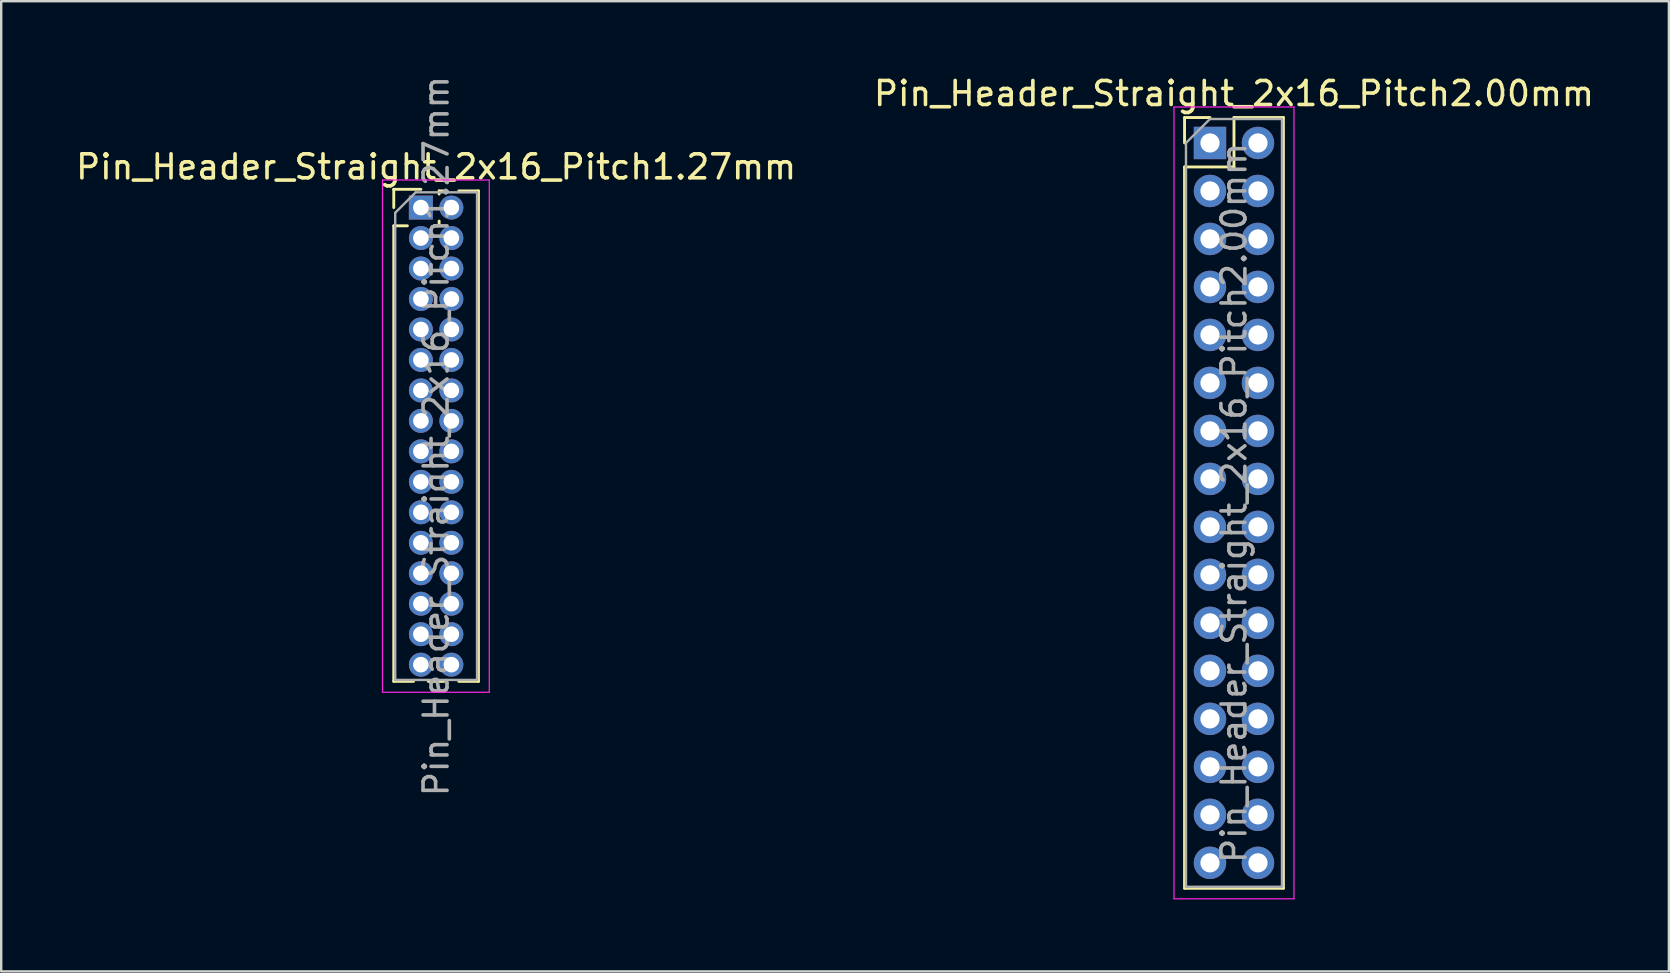
<source format=kicad_pcb>
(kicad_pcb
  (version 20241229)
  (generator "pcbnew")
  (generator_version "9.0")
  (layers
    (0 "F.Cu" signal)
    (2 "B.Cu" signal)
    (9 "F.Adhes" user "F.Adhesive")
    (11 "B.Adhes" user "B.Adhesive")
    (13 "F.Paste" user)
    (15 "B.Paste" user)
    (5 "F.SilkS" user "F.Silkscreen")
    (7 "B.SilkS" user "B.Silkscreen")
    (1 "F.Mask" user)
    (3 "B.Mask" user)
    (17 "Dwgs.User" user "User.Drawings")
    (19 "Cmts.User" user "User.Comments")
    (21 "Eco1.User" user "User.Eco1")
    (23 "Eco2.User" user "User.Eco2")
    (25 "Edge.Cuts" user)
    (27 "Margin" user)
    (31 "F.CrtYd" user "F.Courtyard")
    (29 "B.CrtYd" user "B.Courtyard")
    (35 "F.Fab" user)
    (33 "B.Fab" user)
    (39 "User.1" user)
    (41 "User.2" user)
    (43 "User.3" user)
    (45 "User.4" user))
  (footprint "Pin_Header_Straight_2x16_Pitch2.00mm"
    (layer "F.Cu")
    (at 47.375 2.908)
    (property "Reference" "Pin_Header_Straight_2x16_Pitch2.00mm" (at 1 -2.06 0) (layer "F.SilkS") (effects (font (size 1 1) (thickness 0.15))))
    (attr through_hole)
    (fp_line (start -1.06 -1.06) (end 0 -1.06) (stroke (width 0.12) (type solid)) (layer "F.SilkS"))
    (fp_line (start -1.06 0) (end -1.06 -1.06) (stroke (width 0.12) (type solid)) (layer "F.SilkS"))
    (fp_line (start -1.06 1) (end -1.06 31.06) (stroke (width 0.12) (type solid)) (layer "F.SilkS"))
    (fp_line (start -1.06 1) (end 1 1) (stroke (width 0.12) (type solid)) (layer "F.SilkS"))
    (fp_line (start -1.06 31.06) (end 3.06 31.06) (stroke (width 0.12) (type solid)) (layer "F.SilkS"))
    (fp_line (start 1 -1.06) (end 3.06 -1.06) (stroke (width 0.12) (type solid)) (layer "F.SilkS"))
    (fp_line (start 1 1) (end 1 -1.06) (stroke (width 0.12) (type solid)) (layer "F.SilkS"))
    (fp_line (start 3.06 -1.06) (end 3.06 31.06) (stroke (width 0.12) (type solid)) (layer "F.SilkS"))
    (fp_line (start -1.5 -1.5) (end -1.5 31.5) (stroke (width 0.05) (type solid)) (layer "F.CrtYd"))
    (fp_line (start -1.5 31.5) (end 3.5 31.5) (stroke (width 0.05) (type solid)) (layer "F.CrtYd"))
    (fp_line (start 3.5 -1.5) (end -1.5 -1.5) (stroke (width 0.05) (type solid)) (layer "F.CrtYd"))
    (fp_line (start 3.5 31.5) (end 3.5 -1.5) (stroke (width 0.05) (type solid)) (layer "F.CrtYd"))
    (fp_line (start -1 0) (end 0 -1) (stroke (width 0.1) (type solid)) (layer "F.Fab"))
    (fp_line (start -1 31) (end -1 0) (stroke (width 0.1) (type solid)) (layer "F.Fab"))
    (fp_line (start 0 -1) (end 3 -1) (stroke (width 0.1) (type solid)) (layer "F.Fab"))
    (fp_line (start 3 -1) (end 3 31) (stroke (width 0.1) (type solid)) (layer "F.Fab"))
    (fp_line (start 3 31) (end -1 31) (stroke (width 0.1) (type solid)) (layer "F.Fab"))
    (fp_text user "${REFERENCE}" (at 1 15 90) (layer "F.Fab") (effects (font (size 1 1) (thickness 0.15))))
    (pad "1" thru_hole rect (at 0 0) (size 1.35 1.35) (drill 0.8) (layers "*.Cu" "*.Mask"))
    (pad "2" thru_hole oval (at 2 0) (size 1.35 1.35) (drill 0.8) (layers "*.Cu" "*.Mask"))
    (pad "3" thru_hole oval (at 0 2) (size 1.35 1.35) (drill 0.8) (layers "*.Cu" "*.Mask"))
    (pad "4" thru_hole oval (at 2 2) (size 1.35 1.35) (drill 0.8) (layers "*.Cu" "*.Mask"))
    (pad "5" thru_hole oval (at 0 4) (size 1.35 1.35) (drill 0.8) (layers "*.Cu" "*.Mask"))
    (pad "6" thru_hole oval (at 2 4) (size 1.35 1.35) (drill 0.8) (layers "*.Cu" "*.Mask"))
    (pad "7" thru_hole oval (at 0 6) (size 1.35 1.35) (drill 0.8) (layers "*.Cu" "*.Mask"))
    (pad "8" thru_hole oval (at 2 6) (size 1.35 1.35) (drill 0.8) (layers "*.Cu" "*.Mask"))
    (pad "9" thru_hole oval (at 0 8) (size 1.35 1.35) (drill 0.8) (layers "*.Cu" "*.Mask"))
    (pad "10" thru_hole oval (at 2 8) (size 1.35 1.35) (drill 0.8) (layers "*.Cu" "*.Mask"))
    (pad "11" thru_hole oval (at 0 10) (size 1.35 1.35) (drill 0.8) (layers "*.Cu" "*.Mask"))
    (pad "12" thru_hole oval (at 2 10) (size 1.35 1.35) (drill 0.8) (layers "*.Cu" "*.Mask"))
    (pad "13" thru_hole oval (at 0 12) (size 1.35 1.35) (drill 0.8) (layers "*.Cu" "*.Mask"))
    (pad "14" thru_hole oval (at 2 12) (size 1.35 1.35) (drill 0.8) (layers "*.Cu" "*.Mask"))
    (pad "15" thru_hole oval (at 0 14) (size 1.35 1.35) (drill 0.8) (layers "*.Cu" "*.Mask"))
    (pad "16" thru_hole oval (at 2 14) (size 1.35 1.35) (drill 0.8) (layers "*.Cu" "*.Mask"))
    (pad "17" thru_hole oval (at 0 16) (size 1.35 1.35) (drill 0.8) (layers "*.Cu" "*.Mask"))
    (pad "18" thru_hole oval (at 2 16) (size 1.35 1.35) (drill 0.8) (layers "*.Cu" "*.Mask"))
    (pad "19" thru_hole oval (at 0 18) (size 1.35 1.35) (drill 0.8) (layers "*.Cu" "*.Mask"))
    (pad "20" thru_hole oval (at 2 18) (size 1.35 1.35) (drill 0.8) (layers "*.Cu" "*.Mask"))
    (pad "21" thru_hole oval (at 0 20) (size 1.35 1.35) (drill 0.8) (layers "*.Cu" "*.Mask"))
    (pad "22" thru_hole oval (at 2 20) (size 1.35 1.35) (drill 0.8) (layers "*.Cu" "*.Mask"))
    (pad "23" thru_hole oval (at 0 22) (size 1.35 1.35) (drill 0.8) (layers "*.Cu" "*.Mask"))
    (pad "24" thru_hole oval (at 2 22) (size 1.35 1.35) (drill 0.8) (layers "*.Cu" "*.Mask"))
    (pad "25" thru_hole oval (at 0 24) (size 1.35 1.35) (drill 0.8) (layers "*.Cu" "*.Mask"))
    (pad "26" thru_hole oval (at 2 24) (size 1.35 1.35) (drill 0.8) (layers "*.Cu" "*.Mask"))
    (pad "27" thru_hole oval (at 0 26) (size 1.35 1.35) (drill 0.8) (layers "*.Cu" "*.Mask"))
    (pad "28" thru_hole oval (at 2 26) (size 1.35 1.35) (drill 0.8) (layers "*.Cu" "*.Mask"))
    (pad "29" thru_hole oval (at 0 28) (size 1.35 1.35) (drill 0.8) (layers "*.Cu" "*.Mask"))
    (pad "30" thru_hole oval (at 2 28) (size 1.35 1.35) (drill 0.8) (layers "*.Cu" "*.Mask"))
    (pad "31" thru_hole oval (at 0 30) (size 1.35 1.35) (drill 0.8) (layers "*.Cu" "*.Mask"))
    (pad "32" thru_hole oval (at 2 30) (size 1.35 1.35) (drill 0.8) (layers "*.Cu" "*.Mask")))
  (footprint "Pin_Header_Straight_2x16_Pitch1.27mm"
    (layer "F.Cu")
    (at 14.49 5.6)
    (property "Reference" "Pin_Header_Straight_2x16_Pitch1.27mm" (at 0.635 -1.695 0) (layer "F.SilkS") (effects (font (size 1 1) (thickness 0.15))))
    (attr through_hole)
    (fp_line (start -1.13 -0.76) (end 0 -0.76) (stroke (width 0.12) (type solid)) (layer "F.SilkS"))
    (fp_line (start -1.13 0) (end -1.13 -0.76) (stroke (width 0.12) (type solid)) (layer "F.SilkS"))
    (fp_line (start -1.13 0.76) (end -1.13 19.745) (stroke (width 0.12) (type solid)) (layer "F.SilkS"))
    (fp_line (start -1.13 0.76) (end -0.563 0.76) (stroke (width 0.12) (type solid)) (layer "F.SilkS"))
    (fp_line (start -1.13 19.745) (end -0.308 19.745) (stroke (width 0.12) (type solid)) (layer "F.SilkS"))
    (fp_line (start 0.308 19.745) (end 0.962 19.745) (stroke (width 0.12) (type solid)) (layer "F.SilkS"))
    (fp_line (start 0.563 0.76) (end 0.707 0.76) (stroke (width 0.12) (type solid)) (layer "F.SilkS"))
    (fp_line (start 0.76 -0.695) (end 0.962 -0.695) (stroke (width 0.12) (type solid)) (layer "F.SilkS"))
    (fp_line (start 0.76 -0.563) (end 0.76 -0.695) (stroke (width 0.12) (type solid)) (layer "F.SilkS"))
    (fp_line (start 0.76 0.707) (end 0.76 0.563) (stroke (width 0.12) (type solid)) (layer "F.SilkS"))
    (fp_line (start 1.578 -0.695) (end 2.4 -0.695) (stroke (width 0.12) (type solid)) (layer "F.SilkS"))
    (fp_line (start 1.578 19.745) (end 2.4 19.745) (stroke (width 0.12) (type solid)) (layer "F.SilkS"))
    (fp_line (start 2.4 -0.695) (end 2.4 19.745) (stroke (width 0.12) (type solid)) (layer "F.SilkS"))
    (fp_line (start -1.6 -1.15) (end -1.6 20.2) (stroke (width 0.05) (type solid)) (layer "F.CrtYd"))
    (fp_line (start -1.6 20.2) (end 2.85 20.2) (stroke (width 0.05) (type solid)) (layer "F.CrtYd"))
    (fp_line (start 2.85 -1.15) (end -1.6 -1.15) (stroke (width 0.05) (type solid)) (layer "F.CrtYd"))
    (fp_line (start 2.85 20.2) (end 2.85 -1.15) (stroke (width 0.05) (type solid)) (layer "F.CrtYd"))
    (fp_line (start -1.07 0.217) (end -0.217 -0.635) (stroke (width 0.1) (type solid)) (layer "F.Fab"))
    (fp_line (start -1.07 19.685) (end -1.07 0.217) (stroke (width 0.1) (type solid)) (layer "F.Fab"))
    (fp_line (start -0.217 -0.635) (end 2.34 -0.635) (stroke (width 0.1) (type solid)) (layer "F.Fab"))
    (fp_line (start 2.34 -0.635) (end 2.34 19.685) (stroke (width 0.1) (type solid)) (layer "F.Fab"))
    (fp_line (start 2.34 19.685) (end -1.07 19.685) (stroke (width 0.1) (type solid)) (layer "F.Fab"))
    (fp_text user "${REFERENCE}" (at 0.635 9.525 90) (layer "F.Fab") (effects (font (size 1 1) (thickness 0.15))))
    (pad "1" thru_hole rect (at 0 0) (size 1 1) (drill 0.65) (layers "*.Cu" "*.Mask"))
    (pad "2" thru_hole oval (at 1.27 0) (size 1 1) (drill 0.65) (layers "*.Cu" "*.Mask"))
    (pad "3" thru_hole oval (at 0 1.27) (size 1 1) (drill 0.65) (layers "*.Cu" "*.Mask"))
    (pad "4" thru_hole oval (at 1.27 1.27) (size 1 1) (drill 0.65) (layers "*.Cu" "*.Mask"))
    (pad "5" thru_hole oval (at 0 2.54) (size 1 1) (drill 0.65) (layers "*.Cu" "*.Mask"))
    (pad "6" thru_hole oval (at 1.27 2.54) (size 1 1) (drill 0.65) (layers "*.Cu" "*.Mask"))
    (pad "7" thru_hole oval (at 0 3.81) (size 1 1) (drill 0.65) (layers "*.Cu" "*.Mask"))
    (pad "8" thru_hole oval (at 1.27 3.81) (size 1 1) (drill 0.65) (layers "*.Cu" "*.Mask"))
    (pad "9" thru_hole oval (at 0 5.08) (size 1 1) (drill 0.65) (layers "*.Cu" "*.Mask"))
    (pad "10" thru_hole oval (at 1.27 5.08) (size 1 1) (drill 0.65) (layers "*.Cu" "*.Mask"))
    (pad "11" thru_hole oval (at 0 6.35) (size 1 1) (drill 0.65) (layers "*.Cu" "*.Mask"))
    (pad "12" thru_hole oval (at 1.27 6.35) (size 1 1) (drill 0.65) (layers "*.Cu" "*.Mask"))
    (pad "13" thru_hole oval (at 0 7.62) (size 1 1) (drill 0.65) (layers "*.Cu" "*.Mask"))
    (pad "14" thru_hole oval (at 1.27 7.62) (size 1 1) (drill 0.65) (layers "*.Cu" "*.Mask"))
    (pad "15" thru_hole oval (at 0 8.89) (size 1 1) (drill 0.65) (layers "*.Cu" "*.Mask"))
    (pad "16" thru_hole oval (at 1.27 8.89) (size 1 1) (drill 0.65) (layers "*.Cu" "*.Mask"))
    (pad "17" thru_hole oval (at 0 10.16) (size 1 1) (drill 0.65) (layers "*.Cu" "*.Mask"))
    (pad "18" thru_hole oval (at 1.27 10.16) (size 1 1) (drill 0.65) (layers "*.Cu" "*.Mask"))
    (pad "19" thru_hole oval (at 0 11.43) (size 1 1) (drill 0.65) (layers "*.Cu" "*.Mask"))
    (pad "20" thru_hole oval (at 1.27 11.43) (size 1 1) (drill 0.65) (layers "*.Cu" "*.Mask"))
    (pad "21" thru_hole oval (at 0 12.7) (size 1 1) (drill 0.65) (layers "*.Cu" "*.Mask"))
    (pad "22" thru_hole oval (at 1.27 12.7) (size 1 1) (drill 0.65) (layers "*.Cu" "*.Mask"))
    (pad "23" thru_hole oval (at 0 13.97) (size 1 1) (drill 0.65) (layers "*.Cu" "*.Mask"))
    (pad "24" thru_hole oval (at 1.27 13.97) (size 1 1) (drill 0.65) (layers "*.Cu" "*.Mask"))
    (pad "25" thru_hole oval (at 0 15.24) (size 1 1) (drill 0.65) (layers "*.Cu" "*.Mask"))
    (pad "26" thru_hole oval (at 1.27 15.24) (size 1 1) (drill 0.65) (layers "*.Cu" "*.Mask"))
    (pad "27" thru_hole oval (at 0 16.51) (size 1 1) (drill 0.65) (layers "*.Cu" "*.Mask"))
    (pad "28" thru_hole oval (at 1.27 16.51) (size 1 1) (drill 0.65) (layers "*.Cu" "*.Mask"))
    (pad "29" thru_hole oval (at 0 17.78) (size 1 1) (drill 0.65) (layers "*.Cu" "*.Mask"))
    (pad "30" thru_hole oval (at 1.27 17.78) (size 1 1) (drill 0.65) (layers "*.Cu" "*.Mask"))
    (pad "31" thru_hole oval (at 0 19.05) (size 1 1) (drill 0.65) (layers "*.Cu" "*.Mask"))
    (pad "32" thru_hole oval (at 1.27 19.05) (size 1 1) (drill 0.65) (layers "*.Cu" "*.Mask")))
  (gr_rect
    (start -3 -3)
    (end 66.5 37.433)
    (stroke (width 0.1) (type default))
    (fill no)
    (layer "Edge.Cuts")))
</source>
